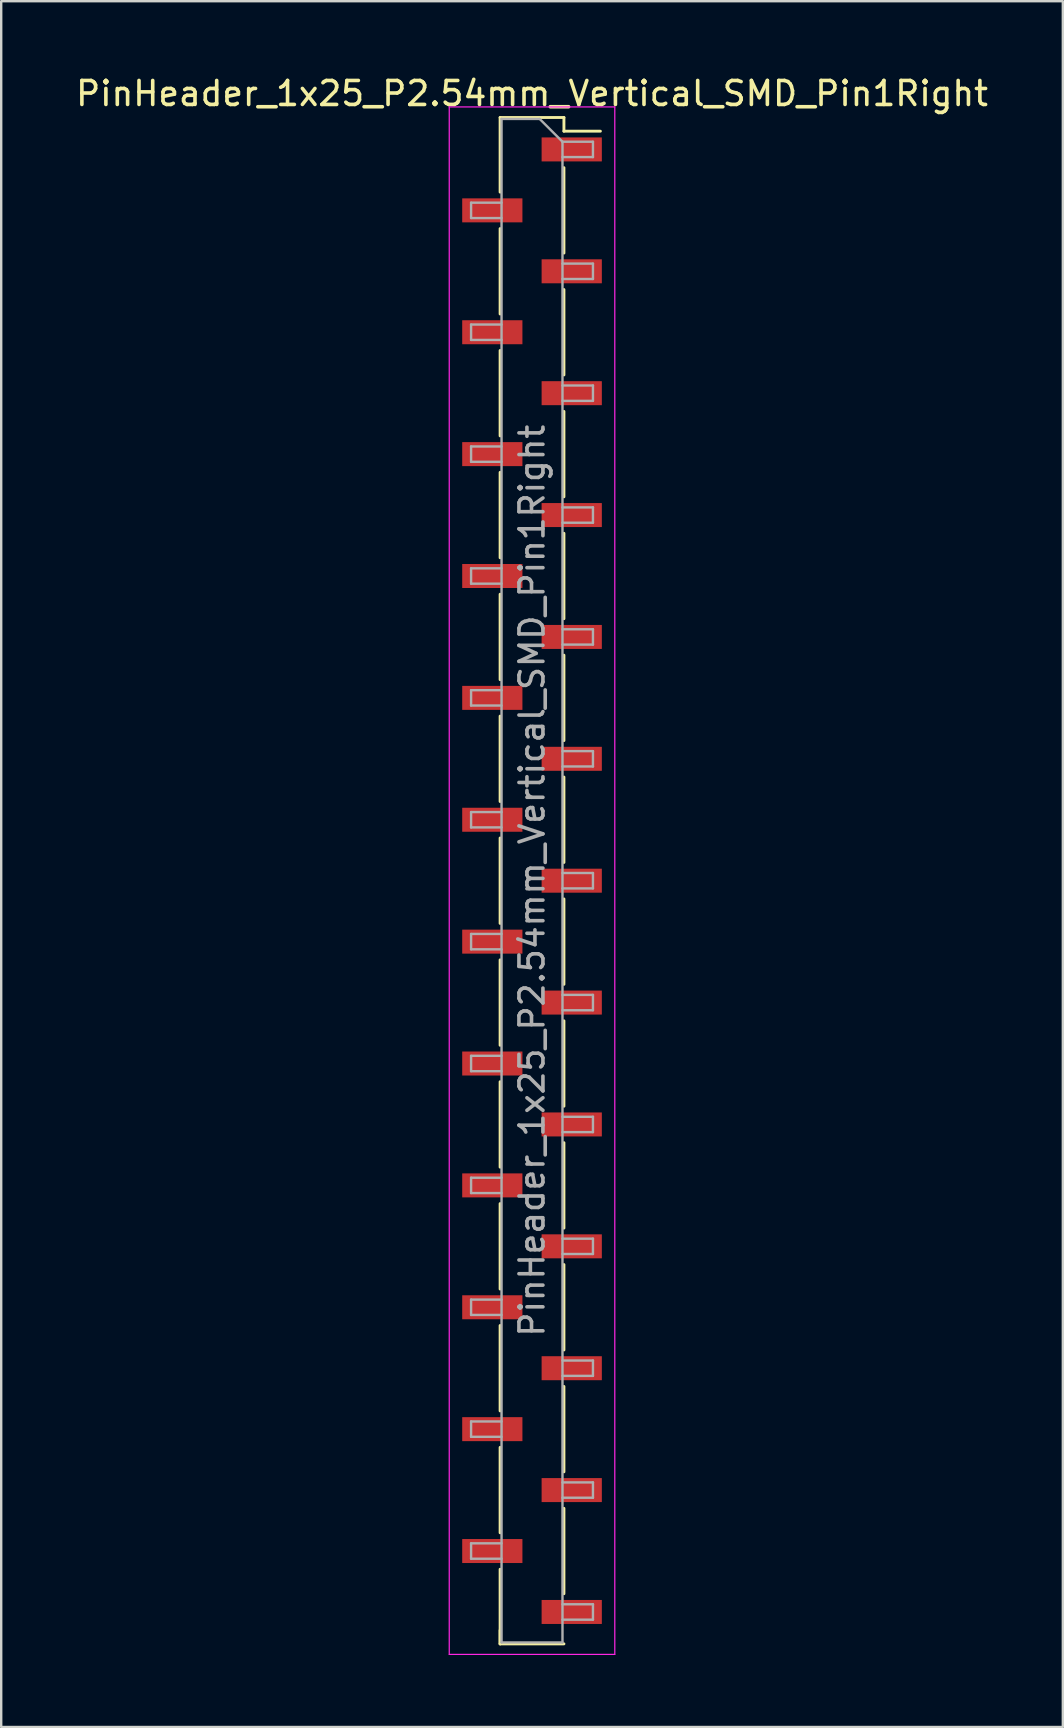
<source format=kicad_pcb>
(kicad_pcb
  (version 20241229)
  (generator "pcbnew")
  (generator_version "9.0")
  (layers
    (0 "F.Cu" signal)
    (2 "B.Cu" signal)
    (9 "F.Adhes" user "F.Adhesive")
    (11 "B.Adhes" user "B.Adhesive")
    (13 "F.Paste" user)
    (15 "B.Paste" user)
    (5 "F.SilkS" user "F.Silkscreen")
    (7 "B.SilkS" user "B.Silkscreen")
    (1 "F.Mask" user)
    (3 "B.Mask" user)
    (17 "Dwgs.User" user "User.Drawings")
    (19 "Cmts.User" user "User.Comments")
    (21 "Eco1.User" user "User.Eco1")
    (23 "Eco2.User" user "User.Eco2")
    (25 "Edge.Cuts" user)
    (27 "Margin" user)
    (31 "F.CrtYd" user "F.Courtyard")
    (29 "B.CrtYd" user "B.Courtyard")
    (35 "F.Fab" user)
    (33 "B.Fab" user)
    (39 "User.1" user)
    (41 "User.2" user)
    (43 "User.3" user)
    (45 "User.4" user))
  (footprint "PinHeader_1x25_P2.54mm_Vertical_SMD_Pin1Right"
    (layer "F.Cu")
    (at 19.125 33.658)
    (property "Reference" "PinHeader_1x25_P2.54mm_Vertical_SMD_Pin1Right" (at 0 -32.81 0) (layer "F.SilkS") (effects (font (size 1 1) (thickness 0.15))))
    (attr smd)
    (fp_line (start -1.33 -31.81) (end -1.33 -28.7) (stroke (width 0.12) (type solid)) (layer "F.SilkS"))
    (fp_line (start -1.33 -31.81) (end 1.33 -31.81) (stroke (width 0.12) (type solid)) (layer "F.SilkS"))
    (fp_line (start -1.33 -27.18) (end -1.33 -23.62) (stroke (width 0.12) (type solid)) (layer "F.SilkS"))
    (fp_line (start -1.33 -22.1) (end -1.33 -18.54) (stroke (width 0.12) (type solid)) (layer "F.SilkS"))
    (fp_line (start -1.33 -17.02) (end -1.33 -13.46) (stroke (width 0.12) (type solid)) (layer "F.SilkS"))
    (fp_line (start -1.33 -11.94) (end -1.33 -8.38) (stroke (width 0.12) (type solid)) (layer "F.SilkS"))
    (fp_line (start -1.33 -6.86) (end -1.33 -3.3) (stroke (width 0.12) (type solid)) (layer "F.SilkS"))
    (fp_line (start -1.33 -1.78) (end -1.33 1.78) (stroke (width 0.12) (type solid)) (layer "F.SilkS"))
    (fp_line (start -1.33 3.3) (end -1.33 6.86) (stroke (width 0.12) (type solid)) (layer "F.SilkS"))
    (fp_line (start -1.33 8.38) (end -1.33 11.94) (stroke (width 0.12) (type solid)) (layer "F.SilkS"))
    (fp_line (start -1.33 13.46) (end -1.33 17.02) (stroke (width 0.12) (type solid)) (layer "F.SilkS"))
    (fp_line (start -1.33 18.54) (end -1.33 22.1) (stroke (width 0.12) (type solid)) (layer "F.SilkS"))
    (fp_line (start -1.33 23.62) (end -1.33 27.18) (stroke (width 0.12) (type solid)) (layer "F.SilkS"))
    (fp_line (start -1.33 28.7) (end -1.33 31.81) (stroke (width 0.12) (type solid)) (layer "F.SilkS"))
    (fp_line (start -1.33 31.24) (end -1.33 31.81) (stroke (width 0.12) (type solid)) (layer "F.SilkS"))
    (fp_line (start -1.33 31.81) (end 1.33 31.81) (stroke (width 0.12) (type solid)) (layer "F.SilkS"))
    (fp_line (start 1.33 -31.81) (end 1.33 -31.24) (stroke (width 0.12) (type solid)) (layer "F.SilkS"))
    (fp_line (start 1.33 -31.24) (end 2.85 -31.24) (stroke (width 0.12) (type solid)) (layer "F.SilkS"))
    (fp_line (start 1.33 -29.72) (end 1.33 -26.16) (stroke (width 0.12) (type solid)) (layer "F.SilkS"))
    (fp_line (start 1.33 -24.64) (end 1.33 -21.08) (stroke (width 0.12) (type solid)) (layer "F.SilkS"))
    (fp_line (start 1.33 -19.56) (end 1.33 -16) (stroke (width 0.12) (type solid)) (layer "F.SilkS"))
    (fp_line (start 1.33 -14.48) (end 1.33 -10.92) (stroke (width 0.12) (type solid)) (layer "F.SilkS"))
    (fp_line (start 1.33 -9.4) (end 1.33 -5.84) (stroke (width 0.12) (type solid)) (layer "F.SilkS"))
    (fp_line (start 1.33 -4.32) (end 1.33 -0.76) (stroke (width 0.12) (type solid)) (layer "F.SilkS"))
    (fp_line (start 1.33 0.76) (end 1.33 4.32) (stroke (width 0.12) (type solid)) (layer "F.SilkS"))
    (fp_line (start 1.33 5.84) (end 1.33 9.4) (stroke (width 0.12) (type solid)) (layer "F.SilkS"))
    (fp_line (start 1.33 10.92) (end 1.33 14.48) (stroke (width 0.12) (type solid)) (layer "F.SilkS"))
    (fp_line (start 1.33 16) (end 1.33 19.56) (stroke (width 0.12) (type solid)) (layer "F.SilkS"))
    (fp_line (start 1.33 21.08) (end 1.33 24.64) (stroke (width 0.12) (type solid)) (layer "F.SilkS"))
    (fp_line (start 1.33 26.16) (end 1.33 29.72) (stroke (width 0.12) (type solid)) (layer "F.SilkS"))
    (fp_line (start -3.45 -32.25) (end -3.45 32.25) (stroke (width 0.05) (type solid)) (layer "F.CrtYd"))
    (fp_line (start -3.45 32.25) (end 3.45 32.25) (stroke (width 0.05) (type solid)) (layer "F.CrtYd"))
    (fp_line (start 3.45 -32.25) (end -3.45 -32.25) (stroke (width 0.05) (type solid)) (layer "F.CrtYd"))
    (fp_line (start 3.45 32.25) (end 3.45 -32.25) (stroke (width 0.05) (type solid)) (layer "F.CrtYd"))
    (fp_line (start -2.54 -28.26) (end -2.54 -27.62) (stroke (width 0.1) (type solid)) (layer "F.Fab"))
    (fp_line (start -2.54 -27.62) (end -1.27 -27.62) (stroke (width 0.1) (type solid)) (layer "F.Fab"))
    (fp_line (start -2.54 -23.18) (end -2.54 -22.54) (stroke (width 0.1) (type solid)) (layer "F.Fab"))
    (fp_line (start -2.54 -22.54) (end -1.27 -22.54) (stroke (width 0.1) (type solid)) (layer "F.Fab"))
    (fp_line (start -2.54 -18.1) (end -2.54 -17.46) (stroke (width 0.1) (type solid)) (layer "F.Fab"))
    (fp_line (start -2.54 -17.46) (end -1.27 -17.46) (stroke (width 0.1) (type solid)) (layer "F.Fab"))
    (fp_line (start -2.54 -13.02) (end -2.54 -12.38) (stroke (width 0.1) (type solid)) (layer "F.Fab"))
    (fp_line (start -2.54 -12.38) (end -1.27 -12.38) (stroke (width 0.1) (type solid)) (layer "F.Fab"))
    (fp_line (start -2.54 -7.94) (end -2.54 -7.3) (stroke (width 0.1) (type solid)) (layer "F.Fab"))
    (fp_line (start -2.54 -7.3) (end -1.27 -7.3) (stroke (width 0.1) (type solid)) (layer "F.Fab"))
    (fp_line (start -2.54 -2.86) (end -2.54 -2.22) (stroke (width 0.1) (type solid)) (layer "F.Fab"))
    (fp_line (start -2.54 -2.22) (end -1.27 -2.22) (stroke (width 0.1) (type solid)) (layer "F.Fab"))
    (fp_line (start -2.54 2.22) (end -2.54 2.86) (stroke (width 0.1) (type solid)) (layer "F.Fab"))
    (fp_line (start -2.54 2.86) (end -1.27 2.86) (stroke (width 0.1) (type solid)) (layer "F.Fab"))
    (fp_line (start -2.54 7.3) (end -2.54 7.94) (stroke (width 0.1) (type solid)) (layer "F.Fab"))
    (fp_line (start -2.54 7.94) (end -1.27 7.94) (stroke (width 0.1) (type solid)) (layer "F.Fab"))
    (fp_line (start -2.54 12.38) (end -2.54 13.02) (stroke (width 0.1) (type solid)) (layer "F.Fab"))
    (fp_line (start -2.54 13.02) (end -1.27 13.02) (stroke (width 0.1) (type solid)) (layer "F.Fab"))
    (fp_line (start -2.54 17.46) (end -2.54 18.1) (stroke (width 0.1) (type solid)) (layer "F.Fab"))
    (fp_line (start -2.54 18.1) (end -1.27 18.1) (stroke (width 0.1) (type solid)) (layer "F.Fab"))
    (fp_line (start -2.54 22.54) (end -2.54 23.18) (stroke (width 0.1) (type solid)) (layer "F.Fab"))
    (fp_line (start -2.54 23.18) (end -1.27 23.18) (stroke (width 0.1) (type solid)) (layer "F.Fab"))
    (fp_line (start -2.54 27.62) (end -2.54 28.26) (stroke (width 0.1) (type solid)) (layer "F.Fab"))
    (fp_line (start -2.54 28.26) (end -1.27 28.26) (stroke (width 0.1) (type solid)) (layer "F.Fab"))
    (fp_line (start -1.27 -31.75) (end -1.27 31.75) (stroke (width 0.1) (type solid)) (layer "F.Fab"))
    (fp_line (start -1.27 -31.75) (end 0.32 -31.75) (stroke (width 0.1) (type solid)) (layer "F.Fab"))
    (fp_line (start -1.27 -28.26) (end -2.54 -28.26) (stroke (width 0.1) (type solid)) (layer "F.Fab"))
    (fp_line (start -1.27 -23.18) (end -2.54 -23.18) (stroke (width 0.1) (type solid)) (layer "F.Fab"))
    (fp_line (start -1.27 -18.1) (end -2.54 -18.1) (stroke (width 0.1) (type solid)) (layer "F.Fab"))
    (fp_line (start -1.27 -13.02) (end -2.54 -13.02) (stroke (width 0.1) (type solid)) (layer "F.Fab"))
    (fp_line (start -1.27 -7.94) (end -2.54 -7.94) (stroke (width 0.1) (type solid)) (layer "F.Fab"))
    (fp_line (start -1.27 -2.86) (end -2.54 -2.86) (stroke (width 0.1) (type solid)) (layer "F.Fab"))
    (fp_line (start -1.27 2.22) (end -2.54 2.22) (stroke (width 0.1) (type solid)) (layer "F.Fab"))
    (fp_line (start -1.27 7.3) (end -2.54 7.3) (stroke (width 0.1) (type solid)) (layer "F.Fab"))
    (fp_line (start -1.27 12.38) (end -2.54 12.38) (stroke (width 0.1) (type solid)) (layer "F.Fab"))
    (fp_line (start -1.27 17.46) (end -2.54 17.46) (stroke (width 0.1) (type solid)) (layer "F.Fab"))
    (fp_line (start -1.27 22.54) (end -2.54 22.54) (stroke (width 0.1) (type solid)) (layer "F.Fab"))
    (fp_line (start -1.27 27.62) (end -2.54 27.62) (stroke (width 0.1) (type solid)) (layer "F.Fab"))
    (fp_line (start 1.27 -30.8) (end 0.32 -31.75) (stroke (width 0.1) (type solid)) (layer "F.Fab"))
    (fp_line (start 1.27 -30.8) (end 2.54 -30.8) (stroke (width 0.1) (type solid)) (layer "F.Fab"))
    (fp_line (start 1.27 -25.72) (end 2.54 -25.72) (stroke (width 0.1) (type solid)) (layer "F.Fab"))
    (fp_line (start 1.27 -20.64) (end 2.54 -20.64) (stroke (width 0.1) (type solid)) (layer "F.Fab"))
    (fp_line (start 1.27 -15.56) (end 2.54 -15.56) (stroke (width 0.1) (type solid)) (layer "F.Fab"))
    (fp_line (start 1.27 -10.48) (end 2.54 -10.48) (stroke (width 0.1) (type solid)) (layer "F.Fab"))
    (fp_line (start 1.27 -5.4) (end 2.54 -5.4) (stroke (width 0.1) (type solid)) (layer "F.Fab"))
    (fp_line (start 1.27 -0.32) (end 2.54 -0.32) (stroke (width 0.1) (type solid)) (layer "F.Fab"))
    (fp_line (start 1.27 4.76) (end 2.54 4.76) (stroke (width 0.1) (type solid)) (layer "F.Fab"))
    (fp_line (start 1.27 9.84) (end 2.54 9.84) (stroke (width 0.1) (type solid)) (layer "F.Fab"))
    (fp_line (start 1.27 14.92) (end 2.54 14.92) (stroke (width 0.1) (type solid)) (layer "F.Fab"))
    (fp_line (start 1.27 20) (end 2.54 20) (stroke (width 0.1) (type solid)) (layer "F.Fab"))
    (fp_line (start 1.27 25.08) (end 2.54 25.08) (stroke (width 0.1) (type solid)) (layer "F.Fab"))
    (fp_line (start 1.27 30.16) (end 2.54 30.16) (stroke (width 0.1) (type solid)) (layer "F.Fab"))
    (fp_line (start 1.27 31.75) (end -1.27 31.75) (stroke (width 0.1) (type solid)) (layer "F.Fab"))
    (fp_line (start 1.27 31.75) (end 1.27 -30.8) (stroke (width 0.1) (type solid)) (layer "F.Fab"))
    (fp_line (start 2.54 -30.8) (end 2.54 -30.16) (stroke (width 0.1) (type solid)) (layer "F.Fab"))
    (fp_line (start 2.54 -30.16) (end 1.27 -30.16) (stroke (width 0.1) (type solid)) (layer "F.Fab"))
    (fp_line (start 2.54 -25.72) (end 2.54 -25.08) (stroke (width 0.1) (type solid)) (layer "F.Fab"))
    (fp_line (start 2.54 -25.08) (end 1.27 -25.08) (stroke (width 0.1) (type solid)) (layer "F.Fab"))
    (fp_line (start 2.54 -20.64) (end 2.54 -20) (stroke (width 0.1) (type solid)) (layer "F.Fab"))
    (fp_line (start 2.54 -20) (end 1.27 -20) (stroke (width 0.1) (type solid)) (layer "F.Fab"))
    (fp_line (start 2.54 -15.56) (end 2.54 -14.92) (stroke (width 0.1) (type solid)) (layer "F.Fab"))
    (fp_line (start 2.54 -14.92) (end 1.27 -14.92) (stroke (width 0.1) (type solid)) (layer "F.Fab"))
    (fp_line (start 2.54 -10.48) (end 2.54 -9.84) (stroke (width 0.1) (type solid)) (layer "F.Fab"))
    (fp_line (start 2.54 -9.84) (end 1.27 -9.84) (stroke (width 0.1) (type solid)) (layer "F.Fab"))
    (fp_line (start 2.54 -5.4) (end 2.54 -4.76) (stroke (width 0.1) (type solid)) (layer "F.Fab"))
    (fp_line (start 2.54 -4.76) (end 1.27 -4.76) (stroke (width 0.1) (type solid)) (layer "F.Fab"))
    (fp_line (start 2.54 -0.32) (end 2.54 0.32) (stroke (width 0.1) (type solid)) (layer "F.Fab"))
    (fp_line (start 2.54 0.32) (end 1.27 0.32) (stroke (width 0.1) (type solid)) (layer "F.Fab"))
    (fp_line (start 2.54 4.76) (end 2.54 5.4) (stroke (width 0.1) (type solid)) (layer "F.Fab"))
    (fp_line (start 2.54 5.4) (end 1.27 5.4) (stroke (width 0.1) (type solid)) (layer "F.Fab"))
    (fp_line (start 2.54 9.84) (end 2.54 10.48) (stroke (width 0.1) (type solid)) (layer "F.Fab"))
    (fp_line (start 2.54 10.48) (end 1.27 10.48) (stroke (width 0.1) (type solid)) (layer "F.Fab"))
    (fp_line (start 2.54 14.92) (end 2.54 15.56) (stroke (width 0.1) (type solid)) (layer "F.Fab"))
    (fp_line (start 2.54 15.56) (end 1.27 15.56) (stroke (width 0.1) (type solid)) (layer "F.Fab"))
    (fp_line (start 2.54 20) (end 2.54 20.64) (stroke (width 0.1) (type solid)) (layer "F.Fab"))
    (fp_line (start 2.54 20.64) (end 1.27 20.64) (stroke (width 0.1) (type solid)) (layer "F.Fab"))
    (fp_line (start 2.54 25.08) (end 2.54 25.72) (stroke (width 0.1) (type solid)) (layer "F.Fab"))
    (fp_line (start 2.54 25.72) (end 1.27 25.72) (stroke (width 0.1) (type solid)) (layer "F.Fab"))
    (fp_line (start 2.54 30.16) (end 2.54 30.8) (stroke (width 0.1) (type solid)) (layer "F.Fab"))
    (fp_line (start 2.54 30.8) (end 1.27 30.8) (stroke (width 0.1) (type solid)) (layer "F.Fab"))
    (fp_text user "${REFERENCE}" (at 0 0 90) (layer "F.Fab") (effects (font (size 1 1) (thickness 0.15))))
    (pad "1" smd rect (at 1.655 -30.48) (size 2.51 1) (layers "F.Cu" "F.Mask" "F.Paste"))
    (pad "2" smd rect (at -1.655 -27.94) (size 2.51 1) (layers "F.Cu" "F.Mask" "F.Paste"))
    (pad "3" smd rect (at 1.655 -25.4) (size 2.51 1) (layers "F.Cu" "F.Mask" "F.Paste"))
    (pad "4" smd rect (at -1.655 -22.86) (size 2.51 1) (layers "F.Cu" "F.Mask" "F.Paste"))
    (pad "5" smd rect (at 1.655 -20.32) (size 2.51 1) (layers "F.Cu" "F.Mask" "F.Paste"))
    (pad "6" smd rect (at -1.655 -17.78) (size 2.51 1) (layers "F.Cu" "F.Mask" "F.Paste"))
    (pad "7" smd rect (at 1.655 -15.24) (size 2.51 1) (layers "F.Cu" "F.Mask" "F.Paste"))
    (pad "8" smd rect (at -1.655 -12.7) (size 2.51 1) (layers "F.Cu" "F.Mask" "F.Paste"))
    (pad "9" smd rect (at 1.655 -10.16) (size 2.51 1) (layers "F.Cu" "F.Mask" "F.Paste"))
    (pad "10" smd rect (at -1.655 -7.62) (size 2.51 1) (layers "F.Cu" "F.Mask" "F.Paste"))
    (pad "11" smd rect (at 1.655 -5.08) (size 2.51 1) (layers "F.Cu" "F.Mask" "F.Paste"))
    (pad "12" smd rect (at -1.655 -2.54) (size 2.51 1) (layers "F.Cu" "F.Mask" "F.Paste"))
    (pad "13" smd rect (at 1.655 0) (size 2.51 1) (layers "F.Cu" "F.Mask" "F.Paste"))
    (pad "14" smd rect (at -1.655 2.54) (size 2.51 1) (layers "F.Cu" "F.Mask" "F.Paste"))
    (pad "15" smd rect (at 1.655 5.08) (size 2.51 1) (layers "F.Cu" "F.Mask" "F.Paste"))
    (pad "16" smd rect (at -1.655 7.62) (size 2.51 1) (layers "F.Cu" "F.Mask" "F.Paste"))
    (pad "17" smd rect (at 1.655 10.16) (size 2.51 1) (layers "F.Cu" "F.Mask" "F.Paste"))
    (pad "18" smd rect (at -1.655 12.7) (size 2.51 1) (layers "F.Cu" "F.Mask" "F.Paste"))
    (pad "19" smd rect (at 1.655 15.24) (size 2.51 1) (layers "F.Cu" "F.Mask" "F.Paste"))
    (pad "20" smd rect (at -1.655 17.78) (size 2.51 1) (layers "F.Cu" "F.Mask" "F.Paste"))
    (pad "21" smd rect (at 1.655 20.32) (size 2.51 1) (layers "F.Cu" "F.Mask" "F.Paste"))
    (pad "22" smd rect (at -1.655 22.86) (size 2.51 1) (layers "F.Cu" "F.Mask" "F.Paste"))
    (pad "23" smd rect (at 1.655 25.4) (size 2.51 1) (layers "F.Cu" "F.Mask" "F.Paste"))
    (pad "24" smd rect (at -1.655 27.94) (size 2.51 1) (layers "F.Cu" "F.Mask" "F.Paste"))
    (pad "25" smd rect (at 1.655 30.48) (size 2.51 1) (layers "F.Cu" "F.Mask" "F.Paste")))
  (gr_rect
    (start -3 -3)
    (end 41.25 68.933)
    (stroke (width 0.1) (type default))
    (fill no)
    (layer "Edge.Cuts")))
</source>
